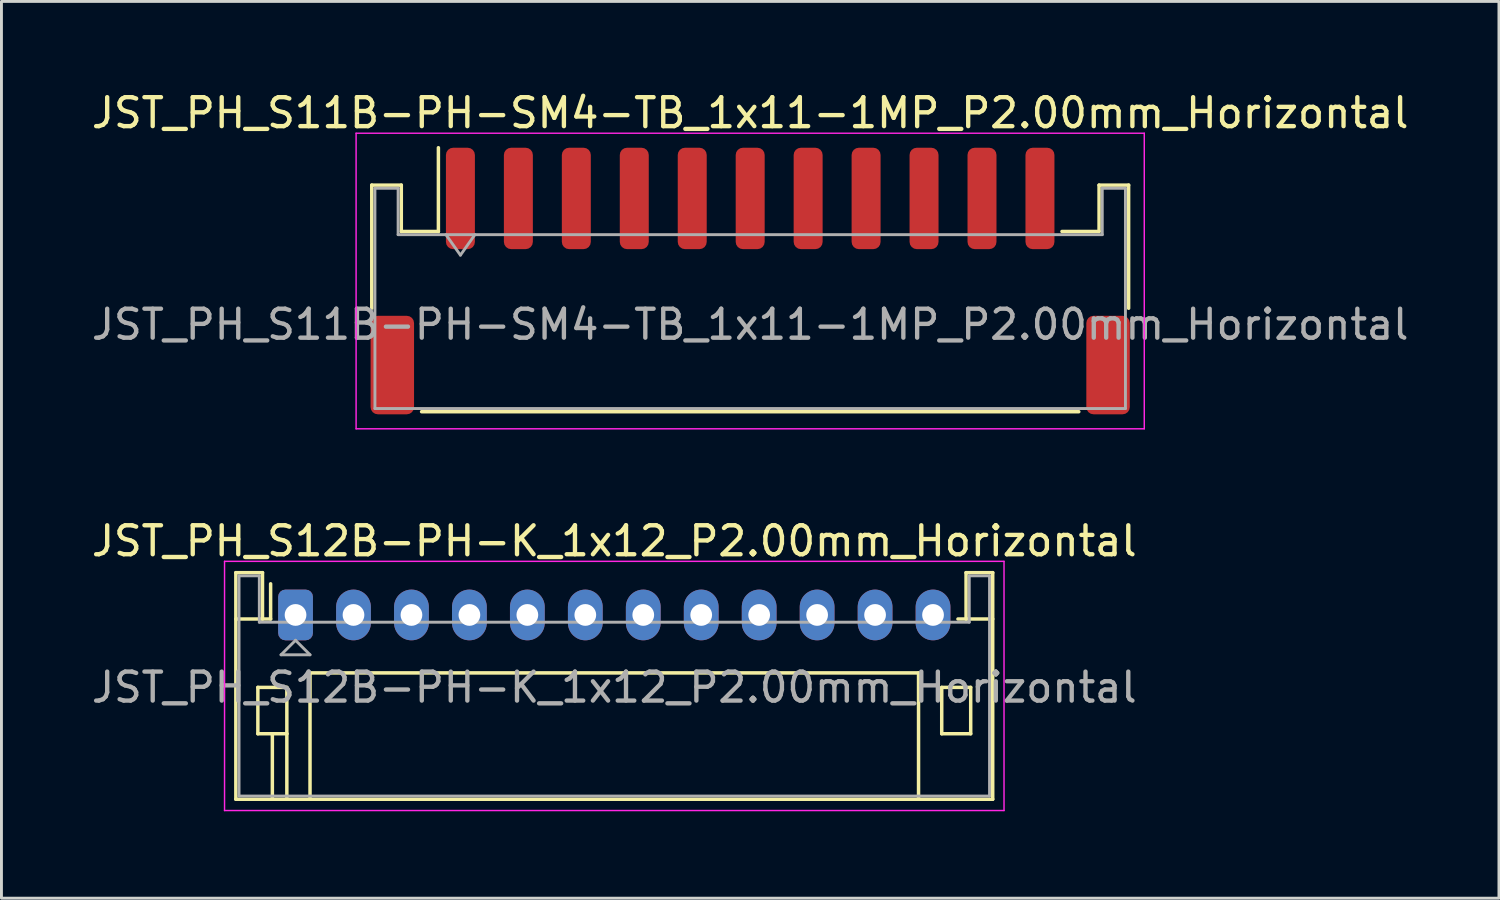
<source format=kicad_pcb>
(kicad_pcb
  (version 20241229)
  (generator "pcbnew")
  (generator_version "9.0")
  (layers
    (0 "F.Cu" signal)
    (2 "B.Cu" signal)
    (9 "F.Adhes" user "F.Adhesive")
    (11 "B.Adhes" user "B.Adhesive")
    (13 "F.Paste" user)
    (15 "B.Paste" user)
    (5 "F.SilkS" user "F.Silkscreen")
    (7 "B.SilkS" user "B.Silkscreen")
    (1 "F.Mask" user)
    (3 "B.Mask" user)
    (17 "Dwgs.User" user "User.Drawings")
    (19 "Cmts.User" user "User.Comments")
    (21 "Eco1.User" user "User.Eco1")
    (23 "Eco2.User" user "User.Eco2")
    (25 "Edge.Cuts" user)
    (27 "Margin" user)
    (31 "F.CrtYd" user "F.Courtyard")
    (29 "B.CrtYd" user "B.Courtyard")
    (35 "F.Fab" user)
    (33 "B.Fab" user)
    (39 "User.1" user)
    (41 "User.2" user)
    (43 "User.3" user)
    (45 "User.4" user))
  (footprint "JST_PH_S11B-PH-SM4-TB_1x11-1MP_P2.00mm_Horizontal"
    (layer "F.Cu")
    (at 22.839 6.648)
    (property "Reference" "JST_PH_S11B-PH-SM4-TB_1x11-1MP_P2.00mm_Horizontal" (at 0 -5.8 0) (layer "F.SilkS") (effects (font (size 1 1) (thickness 0.15))))
    (attr smd)
    (fp_line (start -13.06 -3.31) (end -12.04 -3.31) (stroke (width 0.12) (type solid)) (layer "F.SilkS"))
    (fp_line (start -13.06 0.94) (end -13.06 -3.31) (stroke (width 0.12) (type solid)) (layer "F.SilkS"))
    (fp_line (start -12.04 -3.31) (end -12.04 -1.71) (stroke (width 0.12) (type solid)) (layer "F.SilkS"))
    (fp_line (start -12.04 -1.71) (end -10.76 -1.71) (stroke (width 0.12) (type solid)) (layer "F.SilkS"))
    (fp_line (start -11.34 4.51) (end 11.34 4.51) (stroke (width 0.12) (type solid)) (layer "F.SilkS"))
    (fp_line (start -10.76 -1.71) (end -10.76 -4.6) (stroke (width 0.12) (type solid)) (layer "F.SilkS"))
    (fp_line (start 12.04 -3.31) (end 12.04 -1.71) (stroke (width 0.12) (type solid)) (layer "F.SilkS"))
    (fp_line (start 12.04 -1.71) (end 10.76 -1.71) (stroke (width 0.12) (type solid)) (layer "F.SilkS"))
    (fp_line (start 13.06 -3.31) (end 12.04 -3.31) (stroke (width 0.12) (type solid)) (layer "F.SilkS"))
    (fp_line (start 13.06 0.94) (end 13.06 -3.31) (stroke (width 0.12) (type solid)) (layer "F.SilkS"))
    (fp_line (start -13.6 -5.1) (end -13.6 5.1) (stroke (width 0.05) (type solid)) (layer "F.CrtYd"))
    (fp_line (start -13.6 5.1) (end 13.6 5.1) (stroke (width 0.05) (type solid)) (layer "F.CrtYd"))
    (fp_line (start 13.6 -5.1) (end -13.6 -5.1) (stroke (width 0.05) (type solid)) (layer "F.CrtYd"))
    (fp_line (start 13.6 5.1) (end 13.6 -5.1) (stroke (width 0.05) (type solid)) (layer "F.CrtYd"))
    (fp_line (start -12.95 -3.2) (end -12.95 4.4) (stroke (width 0.1) (type solid)) (layer "F.Fab"))
    (fp_line (start -12.95 -3.2) (end -12.15 -3.2) (stroke (width 0.1) (type solid)) (layer "F.Fab"))
    (fp_line (start -12.95 4.4) (end 12.95 4.4) (stroke (width 0.1) (type solid)) (layer "F.Fab"))
    (fp_line (start -12.15 -3.2) (end -12.15 -1.6) (stroke (width 0.1) (type solid)) (layer "F.Fab"))
    (fp_line (start -12.15 -1.6) (end 12.15 -1.6) (stroke (width 0.1) (type solid)) (layer "F.Fab"))
    (fp_line (start -10.5 -1.6) (end -10 -0.893) (stroke (width 0.1) (type solid)) (layer "F.Fab"))
    (fp_line (start -10 -0.893) (end -9.5 -1.6) (stroke (width 0.1) (type solid)) (layer "F.Fab"))
    (fp_line (start 12.15 -3.2) (end 12.95 -3.2) (stroke (width 0.1) (type solid)) (layer "F.Fab"))
    (fp_line (start 12.15 -1.6) (end 12.15 -3.2) (stroke (width 0.1) (type solid)) (layer "F.Fab"))
    (fp_line (start 12.95 -3.2) (end 12.95 4.4) (stroke (width 0.1) (type solid)) (layer "F.Fab"))
    (fp_text user "${REFERENCE}" (at 0 1.5 0) (layer "F.Fab") (effects (font (size 1 1) (thickness 0.15))))
    (pad "1" smd roundrect (at -10 -2.85) (size 1 3.5) (layers "F.Cu" "F.Mask" "F.Paste") (roundrect_rratio 0.25))
    (pad "2" smd roundrect (at -8 -2.85) (size 1 3.5) (layers "F.Cu" "F.Mask" "F.Paste") (roundrect_rratio 0.25))
    (pad "3" smd roundrect (at -6 -2.85) (size 1 3.5) (layers "F.Cu" "F.Mask" "F.Paste") (roundrect_rratio 0.25))
    (pad "4" smd roundrect (at -4 -2.85) (size 1 3.5) (layers "F.Cu" "F.Mask" "F.Paste") (roundrect_rratio 0.25))
    (pad "5" smd roundrect (at -2 -2.85) (size 1 3.5) (layers "F.Cu" "F.Mask" "F.Paste") (roundrect_rratio 0.25))
    (pad "6" smd roundrect (at 0 -2.85) (size 1 3.5) (layers "F.Cu" "F.Mask" "F.Paste") (roundrect_rratio 0.25))
    (pad "7" smd roundrect (at 2 -2.85) (size 1 3.5) (layers "F.Cu" "F.Mask" "F.Paste") (roundrect_rratio 0.25))
    (pad "8" smd roundrect (at 4 -2.85) (size 1 3.5) (layers "F.Cu" "F.Mask" "F.Paste") (roundrect_rratio 0.25))
    (pad "9" smd roundrect (at 6 -2.85) (size 1 3.5) (layers "F.Cu" "F.Mask" "F.Paste") (roundrect_rratio 0.25))
    (pad "10" smd roundrect (at 8 -2.85) (size 1 3.5) (layers "F.Cu" "F.Mask" "F.Paste") (roundrect_rratio 0.25))
    (pad "11" smd roundrect (at 10 -2.85) (size 1 3.5) (layers "F.Cu" "F.Mask" "F.Paste") (roundrect_rratio 0.25))
    (pad "MP" smd roundrect (at -12.35 2.9) (size 1.5 3.4) (layers "F.Cu" "F.Mask" "F.Paste") (roundrect_rratio 0.167))
    (pad "MP" smd roundrect (at 12.35 2.9) (size 1.5 3.4) (layers "F.Cu" "F.Mask" "F.Paste") (roundrect_rratio 0.167)))
  (footprint "JST_PH_S12B-PH-K_1x12_P2.00mm_Horizontal"
    (layer "F.Cu")
    (at 7.149 18.172)
    (property "Reference" "JST_PH_S12B-PH-K_1x12_P2.00mm_Horizontal" (at 11 -2.55 0) (layer "F.SilkS") (effects (font (size 1 1) (thickness 0.15))))
    (attr through_hole)
    (fp_line (start -2.06 -1.46) (end -2.06 6.36) (stroke (width 0.12) (type solid)) (layer "F.SilkS"))
    (fp_line (start -2.06 0.14) (end -1.14 0.14) (stroke (width 0.12) (type solid)) (layer "F.SilkS"))
    (fp_line (start -2.06 6.36) (end 24.06 6.36) (stroke (width 0.12) (type solid)) (layer "F.SilkS"))
    (fp_line (start -1.3 2.5) (end -1.3 4.1) (stroke (width 0.12) (type solid)) (layer "F.SilkS"))
    (fp_line (start -1.3 4.1) (end -0.3 4.1) (stroke (width 0.12) (type solid)) (layer "F.SilkS"))
    (fp_line (start -1.14 -1.46) (end -2.06 -1.46) (stroke (width 0.12) (type solid)) (layer "F.SilkS"))
    (fp_line (start -1.14 0.14) (end -1.14 -1.46) (stroke (width 0.12) (type solid)) (layer "F.SilkS"))
    (fp_line (start -0.86 0.14) (end -1.14 0.14) (stroke (width 0.12) (type solid)) (layer "F.SilkS"))
    (fp_line (start -0.86 0.14) (end -0.86 -1.075) (stroke (width 0.12) (type solid)) (layer "F.SilkS"))
    (fp_line (start -0.8 4.1) (end -0.8 6.36) (stroke (width 0.12) (type solid)) (layer "F.SilkS"))
    (fp_line (start -0.3 2.5) (end -1.3 2.5) (stroke (width 0.12) (type solid)) (layer "F.SilkS"))
    (fp_line (start -0.3 4.1) (end -0.3 2.5) (stroke (width 0.12) (type solid)) (layer "F.SilkS"))
    (fp_line (start -0.3 4.1) (end -0.3 6.36) (stroke (width 0.12) (type solid)) (layer "F.SilkS"))
    (fp_line (start 0.5 2) (end 21.5 2) (stroke (width 0.12) (type solid)) (layer "F.SilkS"))
    (fp_line (start 0.5 6.36) (end 0.5 2) (stroke (width 0.12) (type solid)) (layer "F.SilkS"))
    (fp_line (start 21.5 2) (end 21.5 6.36) (stroke (width 0.12) (type solid)) (layer "F.SilkS"))
    (fp_line (start 22.3 2.5) (end 23.3 2.5) (stroke (width 0.12) (type solid)) (layer "F.SilkS"))
    (fp_line (start 22.3 4.1) (end 22.3 2.5) (stroke (width 0.12) (type solid)) (layer "F.SilkS"))
    (fp_line (start 23.14 -1.46) (end 23.14 0.14) (stroke (width 0.12) (type solid)) (layer "F.SilkS"))
    (fp_line (start 23.14 0.14) (end 22.86 0.14) (stroke (width 0.12) (type solid)) (layer "F.SilkS"))
    (fp_line (start 23.3 2.5) (end 23.3 4.1) (stroke (width 0.12) (type solid)) (layer "F.SilkS"))
    (fp_line (start 23.3 4.1) (end 22.3 4.1) (stroke (width 0.12) (type solid)) (layer "F.SilkS"))
    (fp_line (start 24.06 -1.46) (end 23.14 -1.46) (stroke (width 0.12) (type solid)) (layer "F.SilkS"))
    (fp_line (start 24.06 0.14) (end 23.14 0.14) (stroke (width 0.12) (type solid)) (layer "F.SilkS"))
    (fp_line (start 24.06 6.36) (end 24.06 -1.46) (stroke (width 0.12) (type solid)) (layer "F.SilkS"))
    (fp_line (start -2.45 -1.85) (end -2.45 6.75) (stroke (width 0.05) (type solid)) (layer "F.CrtYd"))
    (fp_line (start -2.45 6.75) (end 24.45 6.75) (stroke (width 0.05) (type solid)) (layer "F.CrtYd"))
    (fp_line (start 24.45 -1.85) (end -2.45 -1.85) (stroke (width 0.05) (type solid)) (layer "F.CrtYd"))
    (fp_line (start 24.45 6.75) (end 24.45 -1.85) (stroke (width 0.05) (type solid)) (layer "F.CrtYd"))
    (fp_line (start -1.95 -1.35) (end -1.95 6.25) (stroke (width 0.1) (type solid)) (layer "F.Fab"))
    (fp_line (start -1.95 6.25) (end 23.95 6.25) (stroke (width 0.1) (type solid)) (layer "F.Fab"))
    (fp_line (start -1.25 -1.35) (end -1.95 -1.35) (stroke (width 0.1) (type solid)) (layer "F.Fab"))
    (fp_line (start -1.25 0.25) (end -1.25 -1.35) (stroke (width 0.1) (type solid)) (layer "F.Fab"))
    (fp_line (start -0.5 1.375) (end 0.5 1.375) (stroke (width 0.1) (type solid)) (layer "F.Fab"))
    (fp_line (start 0 0.875) (end -0.5 1.375) (stroke (width 0.1) (type solid)) (layer "F.Fab"))
    (fp_line (start 0.5 1.375) (end 0 0.875) (stroke (width 0.1) (type solid)) (layer "F.Fab"))
    (fp_line (start 23.25 -1.35) (end 23.25 0.25) (stroke (width 0.1) (type solid)) (layer "F.Fab"))
    (fp_line (start 23.25 0.25) (end -1.25 0.25) (stroke (width 0.1) (type solid)) (layer "F.Fab"))
    (fp_line (start 23.95 -1.35) (end 23.25 -1.35) (stroke (width 0.1) (type solid)) (layer "F.Fab"))
    (fp_line (start 23.95 6.25) (end 23.95 -1.35) (stroke (width 0.1) (type solid)) (layer "F.Fab"))
    (fp_text user "${REFERENCE}" (at 11 2.5 0) (layer "F.Fab") (effects (font (size 1 1) (thickness 0.15))))
    (pad "1" thru_hole roundrect (at 0 0) (size 1.2 1.75) (drill 0.75) (layers "*.Cu" "*.Mask") (roundrect_rratio 0.208))
    (pad "2" thru_hole oval (at 2 0) (size 1.2 1.75) (drill 0.75) (layers "*.Cu" "*.Mask"))
    (pad "3" thru_hole oval (at 4 0) (size 1.2 1.75) (drill 0.75) (layers "*.Cu" "*.Mask"))
    (pad "4" thru_hole oval (at 6 0) (size 1.2 1.75) (drill 0.75) (layers "*.Cu" "*.Mask"))
    (pad "5" thru_hole oval (at 8 0) (size 1.2 1.75) (drill 0.75) (layers "*.Cu" "*.Mask"))
    (pad "6" thru_hole oval (at 10 0) (size 1.2 1.75) (drill 0.75) (layers "*.Cu" "*.Mask"))
    (pad "7" thru_hole oval (at 12 0) (size 1.2 1.75) (drill 0.75) (layers "*.Cu" "*.Mask"))
    (pad "8" thru_hole oval (at 14 0) (size 1.2 1.75) (drill 0.75) (layers "*.Cu" "*.Mask"))
    (pad "9" thru_hole oval (at 16 0) (size 1.2 1.75) (drill 0.75) (layers "*.Cu" "*.Mask"))
    (pad "10" thru_hole oval (at 18 0) (size 1.2 1.75) (drill 0.75) (layers "*.Cu" "*.Mask"))
    (pad "11" thru_hole oval (at 20 0) (size 1.2 1.75) (drill 0.75) (layers "*.Cu" "*.Mask"))
    (pad "12" thru_hole oval (at 22 0) (size 1.2 1.75) (drill 0.75) (layers "*.Cu" "*.Mask")))
  (gr_rect
    (start -3 -3)
    (end 48.679 27.947)
    (stroke (width 0.1) (type default))
    (fill no)
    (layer "Edge.Cuts")))
</source>
